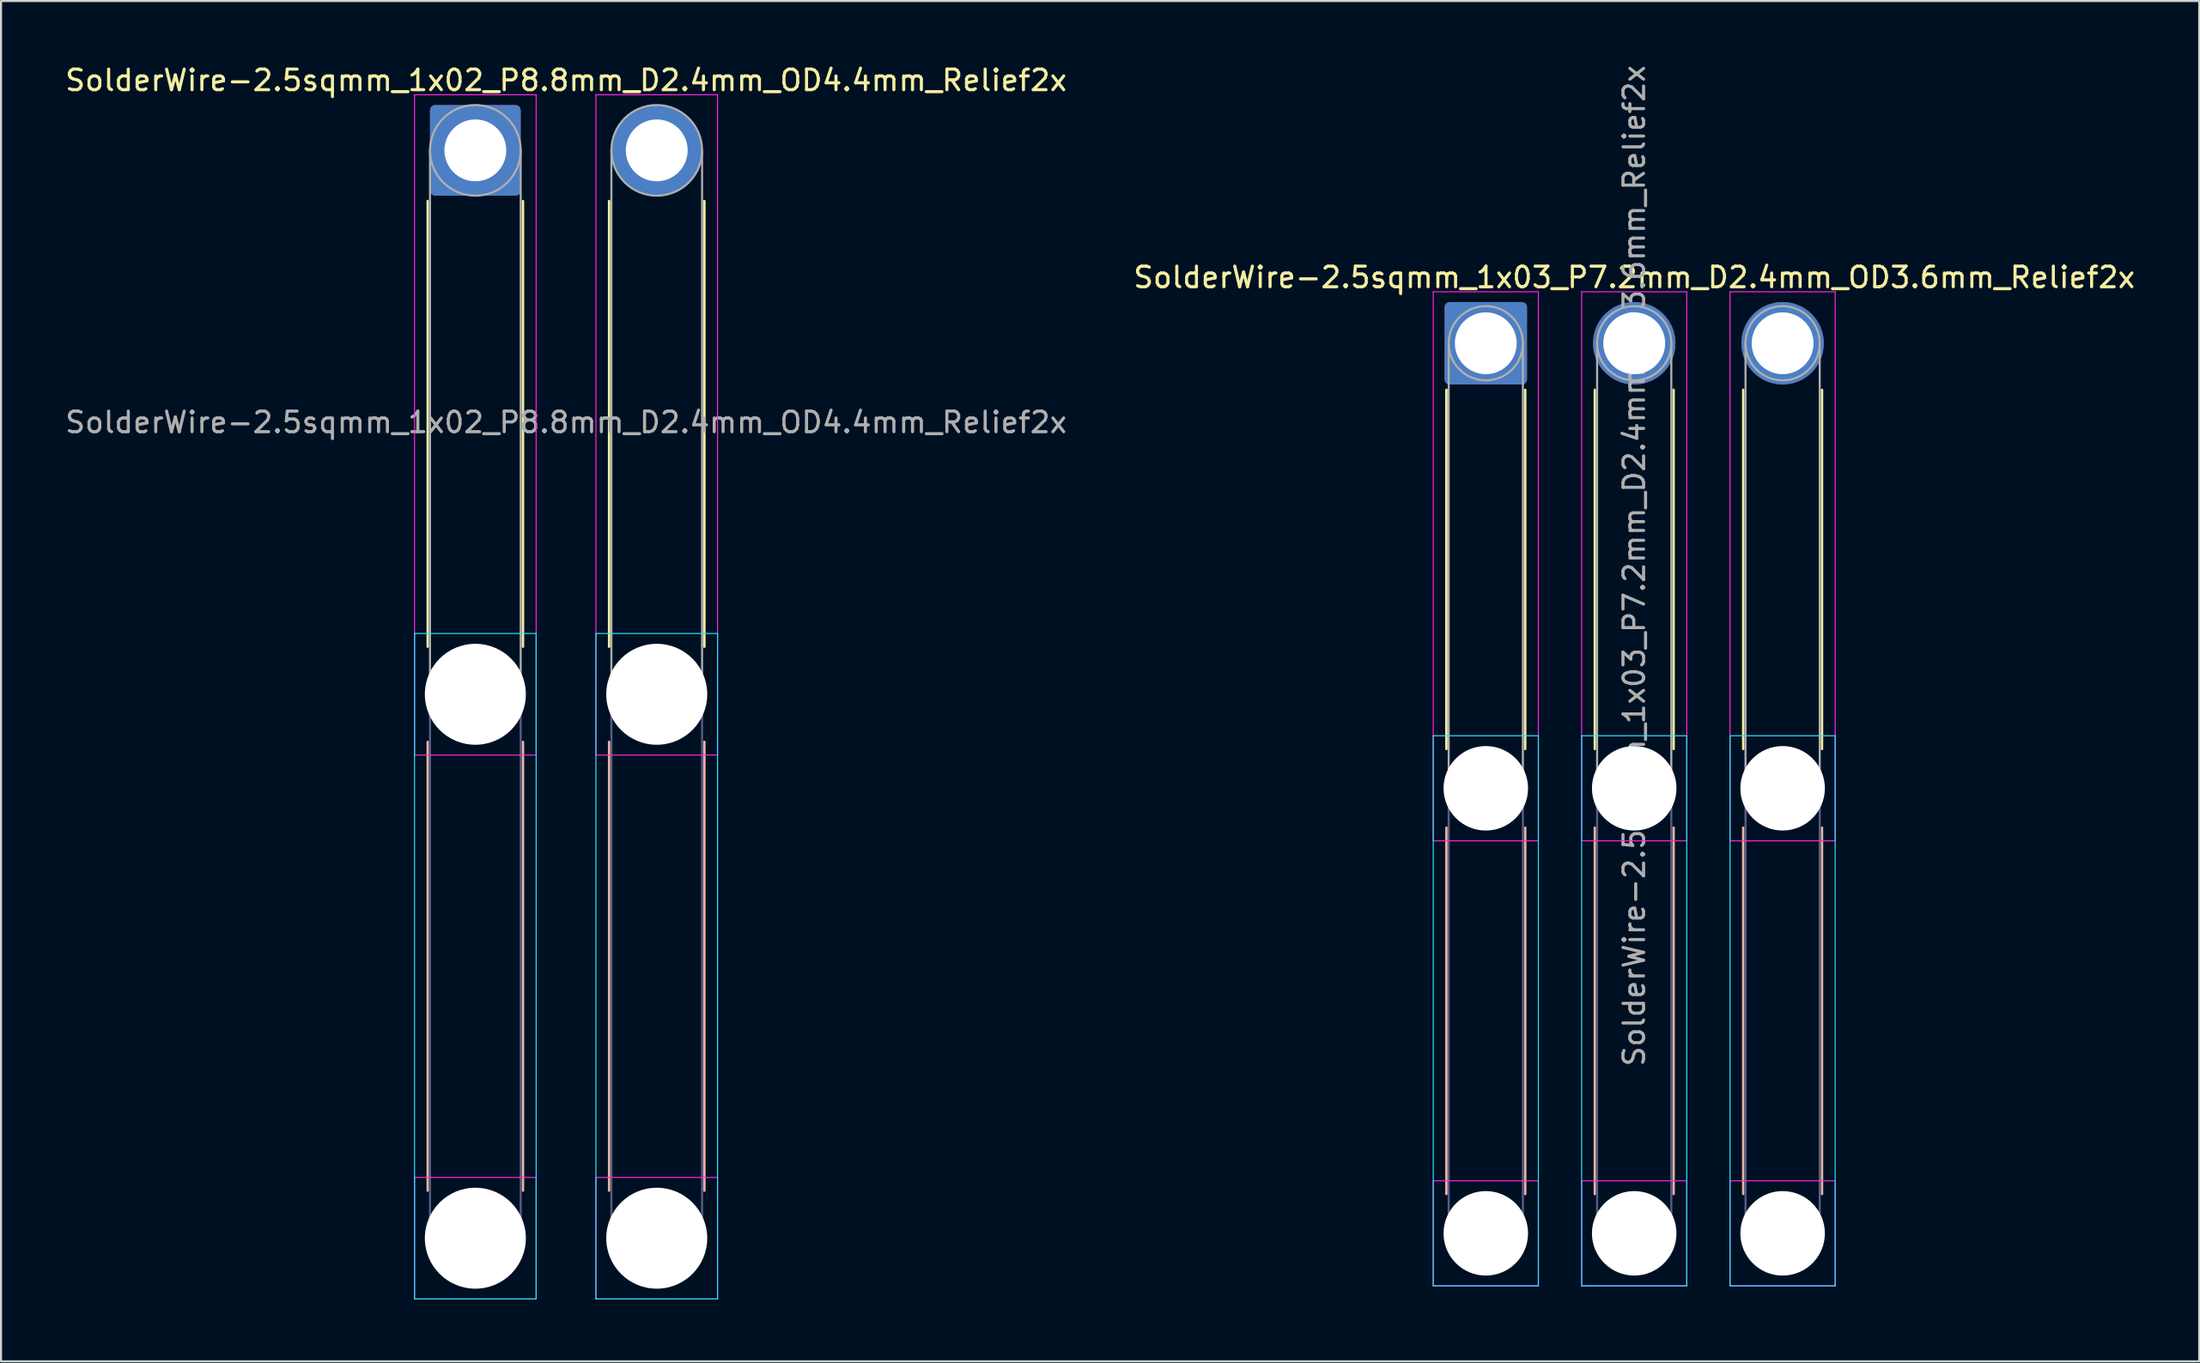
<source format=kicad_pcb>
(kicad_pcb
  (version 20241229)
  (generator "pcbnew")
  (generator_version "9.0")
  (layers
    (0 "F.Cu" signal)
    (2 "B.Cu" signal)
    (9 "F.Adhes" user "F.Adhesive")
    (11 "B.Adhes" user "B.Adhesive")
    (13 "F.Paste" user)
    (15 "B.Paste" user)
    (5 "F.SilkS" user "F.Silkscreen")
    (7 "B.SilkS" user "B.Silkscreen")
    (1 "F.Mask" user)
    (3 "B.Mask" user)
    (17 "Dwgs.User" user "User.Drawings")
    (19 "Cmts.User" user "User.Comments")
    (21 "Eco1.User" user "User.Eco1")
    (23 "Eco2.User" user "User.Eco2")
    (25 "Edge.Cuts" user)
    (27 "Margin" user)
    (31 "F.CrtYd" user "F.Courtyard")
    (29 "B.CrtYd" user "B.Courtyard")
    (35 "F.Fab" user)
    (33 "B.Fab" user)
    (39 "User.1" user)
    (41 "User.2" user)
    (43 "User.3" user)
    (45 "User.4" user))
  (footprint "SolderWire-2.5sqmm_1x03_P7.2mm_D2.4mm_OD3.6mm_Relief2x"
    (layer "F.Cu")
    (at 69.032 13.611)
    (property "Reference" "SolderWire-2.5sqmm_1x03_P7.2mm_D2.4mm_OD3.6mm_Relief2x" (at 7.2 -3.2 0) (layer "F.SilkS") (effects (font (size 1 1) (thickness 0.15))))
    (attr exclude_from_pos_files exclude_from_bom)
    (fp_line (start -1.91 2.26) (end -1.91 19.69) (stroke (width 0.12) (type solid)) (layer "F.SilkS"))
    (fp_line (start 1.91 2.26) (end 1.91 19.69) (stroke (width 0.12) (type solid)) (layer "F.SilkS"))
    (fp_line (start 5.29 2.26) (end 5.29 19.69) (stroke (width 0.12) (type solid)) (layer "F.SilkS"))
    (fp_line (start 9.11 2.26) (end 9.11 19.69) (stroke (width 0.12) (type solid)) (layer "F.SilkS"))
    (fp_line (start 12.49 2.26) (end 12.49 19.69) (stroke (width 0.12) (type solid)) (layer "F.SilkS"))
    (fp_line (start 16.31 2.26) (end 16.31 19.69) (stroke (width 0.12) (type solid)) (layer "F.SilkS"))
    (fp_line (start -1.91 23.51) (end -1.91 41.29) (stroke (width 0.12) (type solid)) (layer "B.SilkS"))
    (fp_line (start 1.91 23.51) (end 1.91 41.29) (stroke (width 0.12) (type solid)) (layer "B.SilkS"))
    (fp_line (start 5.29 23.51) (end 5.29 41.29) (stroke (width 0.12) (type solid)) (layer "B.SilkS"))
    (fp_line (start 9.11 23.51) (end 9.11 41.29) (stroke (width 0.12) (type solid)) (layer "B.SilkS"))
    (fp_line (start 12.49 23.51) (end 12.49 41.29) (stroke (width 0.12) (type solid)) (layer "B.SilkS"))
    (fp_line (start 16.31 23.51) (end 16.31 41.29) (stroke (width 0.12) (type solid)) (layer "B.SilkS"))
    (fp_line (start -2.55 19.05) (end -2.55 45.75) (stroke (width 0.05) (type solid)) (layer "B.CrtYd"))
    (fp_line (start -2.55 45.75) (end 2.55 45.75) (stroke (width 0.05) (type solid)) (layer "B.CrtYd"))
    (fp_line (start 2.55 19.05) (end -2.55 19.05) (stroke (width 0.05) (type solid)) (layer "B.CrtYd"))
    (fp_line (start 2.55 45.75) (end 2.55 19.05) (stroke (width 0.05) (type solid)) (layer "B.CrtYd"))
    (fp_line (start 4.65 19.05) (end 4.65 45.75) (stroke (width 0.05) (type solid)) (layer "B.CrtYd"))
    (fp_line (start 4.65 45.75) (end 9.75 45.75) (stroke (width 0.05) (type solid)) (layer "B.CrtYd"))
    (fp_line (start 9.75 19.05) (end 4.65 19.05) (stroke (width 0.05) (type solid)) (layer "B.CrtYd"))
    (fp_line (start 9.75 45.75) (end 9.75 19.05) (stroke (width 0.05) (type solid)) (layer "B.CrtYd"))
    (fp_line (start 11.85 19.05) (end 11.85 45.75) (stroke (width 0.05) (type solid)) (layer "B.CrtYd"))
    (fp_line (start 11.85 45.75) (end 16.95 45.75) (stroke (width 0.05) (type solid)) (layer "B.CrtYd"))
    (fp_line (start 16.95 19.05) (end 11.85 19.05) (stroke (width 0.05) (type solid)) (layer "B.CrtYd"))
    (fp_line (start 16.95 45.75) (end 16.95 19.05) (stroke (width 0.05) (type solid)) (layer "B.CrtYd"))
    (fp_line (start -2.55 -2.5) (end -2.55 24.15) (stroke (width 0.05) (type solid)) (layer "F.CrtYd"))
    (fp_line (start -2.55 24.15) (end 2.55 24.15) (stroke (width 0.05) (type solid)) (layer "F.CrtYd"))
    (fp_line (start -2.55 40.65) (end -2.55 45.75) (stroke (width 0.05) (type solid)) (layer "F.CrtYd"))
    (fp_line (start -2.55 45.75) (end 2.55 45.75) (stroke (width 0.05) (type solid)) (layer "F.CrtYd"))
    (fp_line (start 2.55 -2.5) (end -2.55 -2.5) (stroke (width 0.05) (type solid)) (layer "F.CrtYd"))
    (fp_line (start 2.55 24.15) (end 2.55 -2.5) (stroke (width 0.05) (type solid)) (layer "F.CrtYd"))
    (fp_line (start 2.55 40.65) (end -2.55 40.65) (stroke (width 0.05) (type solid)) (layer "F.CrtYd"))
    (fp_line (start 2.55 45.75) (end 2.55 40.65) (stroke (width 0.05) (type solid)) (layer "F.CrtYd"))
    (fp_line (start 4.65 -2.5) (end 4.65 24.15) (stroke (width 0.05) (type solid)) (layer "F.CrtYd"))
    (fp_line (start 4.65 24.15) (end 9.75 24.15) (stroke (width 0.05) (type solid)) (layer "F.CrtYd"))
    (fp_line (start 4.65 40.65) (end 4.65 45.75) (stroke (width 0.05) (type solid)) (layer "F.CrtYd"))
    (fp_line (start 4.65 45.75) (end 9.75 45.75) (stroke (width 0.05) (type solid)) (layer "F.CrtYd"))
    (fp_line (start 9.75 -2.5) (end 4.65 -2.5) (stroke (width 0.05) (type solid)) (layer "F.CrtYd"))
    (fp_line (start 9.75 24.15) (end 9.75 -2.5) (stroke (width 0.05) (type solid)) (layer "F.CrtYd"))
    (fp_line (start 9.75 40.65) (end 4.65 40.65) (stroke (width 0.05) (type solid)) (layer "F.CrtYd"))
    (fp_line (start 9.75 45.75) (end 9.75 40.65) (stroke (width 0.05) (type solid)) (layer "F.CrtYd"))
    (fp_line (start 11.85 -2.5) (end 11.85 24.15) (stroke (width 0.05) (type solid)) (layer "F.CrtYd"))
    (fp_line (start 11.85 24.15) (end 16.95 24.15) (stroke (width 0.05) (type solid)) (layer "F.CrtYd"))
    (fp_line (start 11.85 40.65) (end 11.85 45.75) (stroke (width 0.05) (type solid)) (layer "F.CrtYd"))
    (fp_line (start 11.85 45.75) (end 16.95 45.75) (stroke (width 0.05) (type solid)) (layer "F.CrtYd"))
    (fp_line (start 16.95 -2.5) (end 11.85 -2.5) (stroke (width 0.05) (type solid)) (layer "F.CrtYd"))
    (fp_line (start 16.95 24.15) (end 16.95 -2.5) (stroke (width 0.05) (type solid)) (layer "F.CrtYd"))
    (fp_line (start 16.95 40.65) (end 11.85 40.65) (stroke (width 0.05) (type solid)) (layer "F.CrtYd"))
    (fp_line (start 16.95 45.75) (end 16.95 40.65) (stroke (width 0.05) (type solid)) (layer "F.CrtYd"))
    (fp_line (start -1.8 21.6) (end -1.8 43.2) (stroke (width 0.1) (type solid)) (layer "B.Fab"))
    (fp_line (start 1.8 21.6) (end 1.8 43.2) (stroke (width 0.1) (type solid)) (layer "B.Fab"))
    (fp_line (start 5.4 21.6) (end 5.4 43.2) (stroke (width 0.1) (type solid)) (layer "B.Fab"))
    (fp_line (start 9 21.6) (end 9 43.2) (stroke (width 0.1) (type solid)) (layer "B.Fab"))
    (fp_line (start 12.6 21.6) (end 12.6 43.2) (stroke (width 0.1) (type solid)) (layer "B.Fab"))
    (fp_line (start 16.2 21.6) (end 16.2 43.2) (stroke (width 0.1) (type solid)) (layer "B.Fab"))
    (fp_circle (center 0 21.6) (end 1.8 21.6) (stroke (width 0.1) (type solid)) (fill no) (layer "B.Fab"))
    (fp_circle (center 0 43.2) (end 1.8 43.2) (stroke (width 0.1) (type solid)) (fill no) (layer "B.Fab"))
    (fp_circle (center 7.2 21.6) (end 9 21.6) (stroke (width 0.1) (type solid)) (fill no) (layer "B.Fab"))
    (fp_circle (center 7.2 43.2) (end 9 43.2) (stroke (width 0.1) (type solid)) (fill no) (layer "B.Fab"))
    (fp_circle (center 14.4 21.6) (end 16.2 21.6) (stroke (width 0.1) (type solid)) (fill no) (layer "B.Fab"))
    (fp_circle (center 14.4 43.2) (end 16.2 43.2) (stroke (width 0.1) (type solid)) (fill no) (layer "B.Fab"))
    (fp_line (start -1.8 0) (end -1.8 21.6) (stroke (width 0.1) (type solid)) (layer "F.Fab"))
    (fp_line (start 1.8 0) (end 1.8 21.6) (stroke (width 0.1) (type solid)) (layer "F.Fab"))
    (fp_line (start 5.4 0) (end 5.4 21.6) (stroke (width 0.1) (type solid)) (layer "F.Fab"))
    (fp_line (start 9 0) (end 9 21.6) (stroke (width 0.1) (type solid)) (layer "F.Fab"))
    (fp_line (start 12.6 0) (end 12.6 21.6) (stroke (width 0.1) (type solid)) (layer "F.Fab"))
    (fp_line (start 16.2 0) (end 16.2 21.6) (stroke (width 0.1) (type solid)) (layer "F.Fab"))
    (fp_circle (center 0 0) (end 1.8 0) (stroke (width 0.1) (type solid)) (fill no) (layer "F.Fab"))
    (fp_circle (center 0 21.6) (end 1.8 21.6) (stroke (width 0.1) (type solid)) (fill no) (layer "F.Fab"))
    (fp_circle (center 0 43.2) (end 1.8 43.2) (stroke (width 0.1) (type solid)) (fill no) (layer "F.Fab"))
    (fp_circle (center 7.2 0) (end 9 0) (stroke (width 0.1) (type solid)) (fill no) (layer "F.Fab"))
    (fp_circle (center 7.2 21.6) (end 9 21.6) (stroke (width 0.1) (type solid)) (fill no) (layer "F.Fab"))
    (fp_circle (center 7.2 43.2) (end 9 43.2) (stroke (width 0.1) (type solid)) (fill no) (layer "F.Fab"))
    (fp_circle (center 14.4 0) (end 16.2 0) (stroke (width 0.1) (type solid)) (fill no) (layer "F.Fab"))
    (fp_circle (center 14.4 21.6) (end 16.2 21.6) (stroke (width 0.1) (type solid)) (fill no) (layer "F.Fab"))
    (fp_circle (center 14.4 43.2) (end 16.2 43.2) (stroke (width 0.1) (type solid)) (fill no) (layer "F.Fab"))
    (fp_text user "${REFERENCE}" (at 7.2 10.8 90) (layer "F.Fab") (effects (font (size 1 1) (thickness 0.15))))
    (pad "" np_thru_hole circle (at 0 21.6) (size 4.1 4.1) (drill 4.1) (layers "*.Cu" "*.Mask"))
    (pad "" np_thru_hole circle (at 0 43.2) (size 4.1 4.1) (drill 4.1) (layers "*.Cu" "*.Mask"))
    (pad "" np_thru_hole circle (at 7.2 21.6) (size 4.1 4.1) (drill 4.1) (layers "*.Cu" "*.Mask"))
    (pad "" np_thru_hole circle (at 7.2 43.2) (size 4.1 4.1) (drill 4.1) (layers "*.Cu" "*.Mask"))
    (pad "" np_thru_hole circle (at 14.4 21.6) (size 4.1 4.1) (drill 4.1) (layers "*.Cu" "*.Mask"))
    (pad "" np_thru_hole circle (at 14.4 43.2) (size 4.1 4.1) (drill 4.1) (layers "*.Cu" "*.Mask"))
    (pad "1" thru_hole roundrect (at 0 0) (size 4 4) (drill 3) (layers "*.Cu" "*.Mask") (roundrect_rratio 0.062))
    (pad "2" thru_hole circle (at 7.2 0) (size 4 4) (drill 3) (layers "*.Cu" "*.Mask"))
    (pad "3" thru_hole circle (at 14.4 0) (size 4 4) (drill 3) (layers "*.Cu" "*.Mask")))
  (footprint "SolderWire-2.5sqmm_1x02_P8.8mm_D2.4mm_OD4.4mm_Relief2x"
    (layer "F.Cu")
    (at 20.011 4.248)
    (property "Reference" "SolderWire-2.5sqmm_1x02_P8.8mm_D2.4mm_OD4.4mm_Relief2x" (at 4.4 -3.4 0) (layer "F.SilkS") (effects (font (size 1 1) (thickness 0.15))))
    (attr exclude_from_pos_files exclude_from_bom)
    (fp_line (start -2.31 2.46) (end -2.31 24.09) (stroke (width 0.12) (type solid)) (layer "F.SilkS"))
    (fp_line (start 2.31 2.46) (end 2.31 24.09) (stroke (width 0.12) (type solid)) (layer "F.SilkS"))
    (fp_line (start 6.49 2.46) (end 6.49 24.09) (stroke (width 0.12) (type solid)) (layer "F.SilkS"))
    (fp_line (start 11.11 2.46) (end 11.11 24.09) (stroke (width 0.12) (type solid)) (layer "F.SilkS"))
    (fp_line (start -2.31 28.71) (end -2.31 50.49) (stroke (width 0.12) (type solid)) (layer "B.SilkS"))
    (fp_line (start 2.31 28.71) (end 2.31 50.49) (stroke (width 0.12) (type solid)) (layer "B.SilkS"))
    (fp_line (start 6.49 28.71) (end 6.49 50.49) (stroke (width 0.12) (type solid)) (layer "B.SilkS"))
    (fp_line (start 11.11 28.71) (end 11.11 50.49) (stroke (width 0.12) (type solid)) (layer "B.SilkS"))
    (fp_line (start -2.95 23.45) (end -2.95 55.75) (stroke (width 0.05) (type solid)) (layer "B.CrtYd"))
    (fp_line (start -2.95 55.75) (end 2.95 55.75) (stroke (width 0.05) (type solid)) (layer "B.CrtYd"))
    (fp_line (start 2.95 23.45) (end -2.95 23.45) (stroke (width 0.05) (type solid)) (layer "B.CrtYd"))
    (fp_line (start 2.95 55.75) (end 2.95 23.45) (stroke (width 0.05) (type solid)) (layer "B.CrtYd"))
    (fp_line (start 5.85 23.45) (end 5.85 55.75) (stroke (width 0.05) (type solid)) (layer "B.CrtYd"))
    (fp_line (start 5.85 55.75) (end 11.75 55.75) (stroke (width 0.05) (type solid)) (layer "B.CrtYd"))
    (fp_line (start 11.75 23.45) (end 5.85 23.45) (stroke (width 0.05) (type solid)) (layer "B.CrtYd"))
    (fp_line (start 11.75 55.75) (end 11.75 23.45) (stroke (width 0.05) (type solid)) (layer "B.CrtYd"))
    (fp_line (start -2.95 -2.7) (end -2.95 29.35) (stroke (width 0.05) (type solid)) (layer "F.CrtYd"))
    (fp_line (start -2.95 29.35) (end 2.95 29.35) (stroke (width 0.05) (type solid)) (layer "F.CrtYd"))
    (fp_line (start -2.95 49.85) (end -2.95 55.75) (stroke (width 0.05) (type solid)) (layer "F.CrtYd"))
    (fp_line (start -2.95 55.75) (end 2.95 55.75) (stroke (width 0.05) (type solid)) (layer "F.CrtYd"))
    (fp_line (start 2.95 -2.7) (end -2.95 -2.7) (stroke (width 0.05) (type solid)) (layer "F.CrtYd"))
    (fp_line (start 2.95 29.35) (end 2.95 -2.7) (stroke (width 0.05) (type solid)) (layer "F.CrtYd"))
    (fp_line (start 2.95 49.85) (end -2.95 49.85) (stroke (width 0.05) (type solid)) (layer "F.CrtYd"))
    (fp_line (start 2.95 55.75) (end 2.95 49.85) (stroke (width 0.05) (type solid)) (layer "F.CrtYd"))
    (fp_line (start 5.85 -2.7) (end 5.85 29.35) (stroke (width 0.05) (type solid)) (layer "F.CrtYd"))
    (fp_line (start 5.85 29.35) (end 11.75 29.35) (stroke (width 0.05) (type solid)) (layer "F.CrtYd"))
    (fp_line (start 5.85 49.85) (end 5.85 55.75) (stroke (width 0.05) (type solid)) (layer "F.CrtYd"))
    (fp_line (start 5.85 55.75) (end 11.75 55.75) (stroke (width 0.05) (type solid)) (layer "F.CrtYd"))
    (fp_line (start 11.75 -2.7) (end 5.85 -2.7) (stroke (width 0.05) (type solid)) (layer "F.CrtYd"))
    (fp_line (start 11.75 29.35) (end 11.75 -2.7) (stroke (width 0.05) (type solid)) (layer "F.CrtYd"))
    (fp_line (start 11.75 49.85) (end 5.85 49.85) (stroke (width 0.05) (type solid)) (layer "F.CrtYd"))
    (fp_line (start 11.75 55.75) (end 11.75 49.85) (stroke (width 0.05) (type solid)) (layer "F.CrtYd"))
    (fp_line (start -2.2 26.4) (end -2.2 52.8) (stroke (width 0.1) (type solid)) (layer "B.Fab"))
    (fp_line (start 2.2 26.4) (end 2.2 52.8) (stroke (width 0.1) (type solid)) (layer "B.Fab"))
    (fp_line (start 6.6 26.4) (end 6.6 52.8) (stroke (width 0.1) (type solid)) (layer "B.Fab"))
    (fp_line (start 11 26.4) (end 11 52.8) (stroke (width 0.1) (type solid)) (layer "B.Fab"))
    (fp_circle (center 0 26.4) (end 2.2 26.4) (stroke (width 0.1) (type solid)) (fill no) (layer "B.Fab"))
    (fp_circle (center 0 52.8) (end 2.2 52.8) (stroke (width 0.1) (type solid)) (fill no) (layer "B.Fab"))
    (fp_circle (center 8.8 26.4) (end 11 26.4) (stroke (width 0.1) (type solid)) (fill no) (layer "B.Fab"))
    (fp_circle (center 8.8 52.8) (end 11 52.8) (stroke (width 0.1) (type solid)) (fill no) (layer "B.Fab"))
    (fp_line (start -2.2 0) (end -2.2 26.4) (stroke (width 0.1) (type solid)) (layer "F.Fab"))
    (fp_line (start 2.2 0) (end 2.2 26.4) (stroke (width 0.1) (type solid)) (layer "F.Fab"))
    (fp_line (start 6.6 0) (end 6.6 26.4) (stroke (width 0.1) (type solid)) (layer "F.Fab"))
    (fp_line (start 11 0) (end 11 26.4) (stroke (width 0.1) (type solid)) (layer "F.Fab"))
    (fp_circle (center 0 0) (end 2.2 0) (stroke (width 0.1) (type solid)) (fill no) (layer "F.Fab"))
    (fp_circle (center 0 26.4) (end 2.2 26.4) (stroke (width 0.1) (type solid)) (fill no) (layer "F.Fab"))
    (fp_circle (center 0 52.8) (end 2.2 52.8) (stroke (width 0.1) (type solid)) (fill no) (layer "F.Fab"))
    (fp_circle (center 8.8 0) (end 11 0) (stroke (width 0.1) (type solid)) (fill no) (layer "F.Fab"))
    (fp_circle (center 8.8 26.4) (end 11 26.4) (stroke (width 0.1) (type solid)) (fill no) (layer "F.Fab"))
    (fp_circle (center 8.8 52.8) (end 11 52.8) (stroke (width 0.1) (type solid)) (fill no) (layer "F.Fab"))
    (fp_text user "${REFERENCE}" (at 4.4 13.2 0) (layer "F.Fab") (effects (font (size 1 1) (thickness 0.15))))
    (pad "" np_thru_hole circle (at 0 26.4) (size 4.9 4.9) (drill 4.9) (layers "*.Cu" "*.Mask"))
    (pad "" np_thru_hole circle (at 0 52.8) (size 4.9 4.9) (drill 4.9) (layers "*.Cu" "*.Mask"))
    (pad "" np_thru_hole circle (at 8.8 26.4) (size 4.9 4.9) (drill 4.9) (layers "*.Cu" "*.Mask"))
    (pad "" np_thru_hole circle (at 8.8 52.8) (size 4.9 4.9) (drill 4.9) (layers "*.Cu" "*.Mask"))
    (pad "1" thru_hole roundrect (at 0 0) (size 4.4 4.4) (drill 3) (layers "*.Cu" "*.Mask") (roundrect_rratio 0.057))
    (pad "2" thru_hole circle (at 8.8 0) (size 4.4 4.4) (drill 3) (layers "*.Cu" "*.Mask")))
  (gr_rect
    (start -3 -3)
    (end 103.643 63.023)
    (stroke (width 0.1) (type default))
    (fill no)
    (layer "Edge.Cuts")))
</source>
